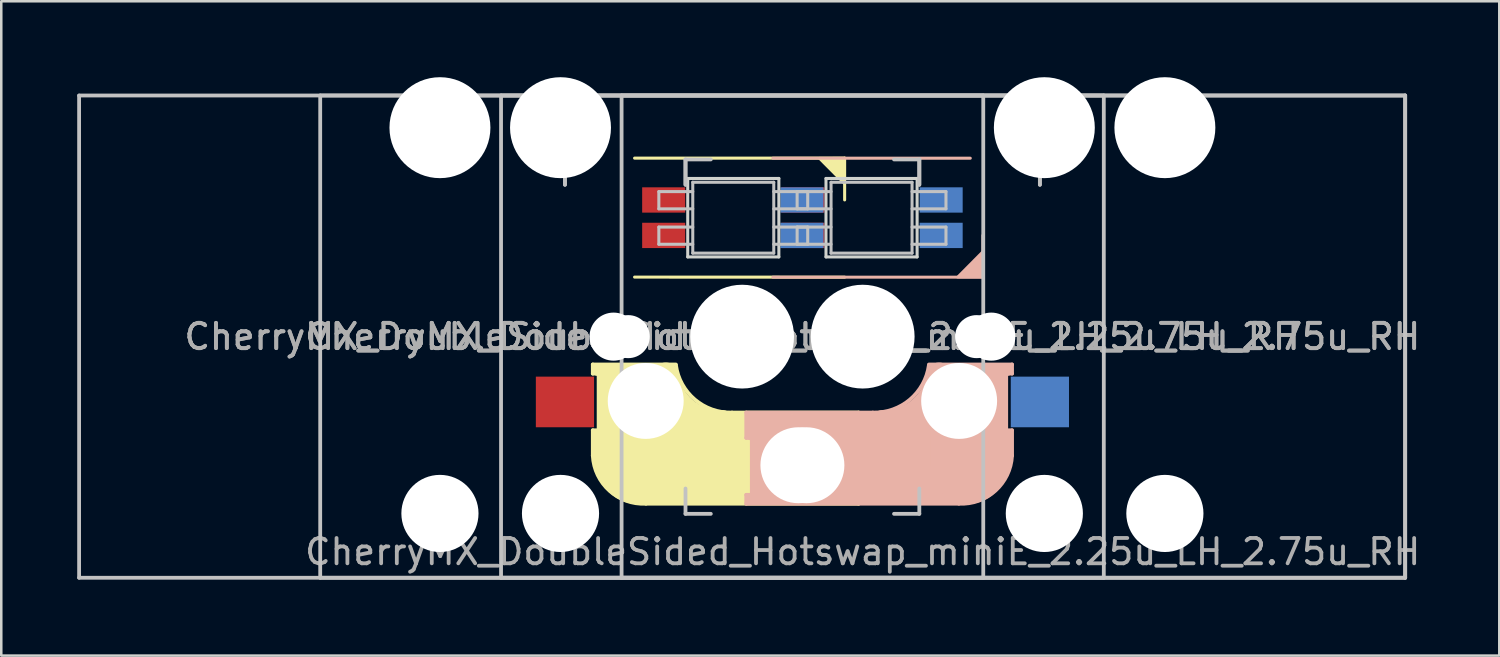
<source format=kicad_pcb>
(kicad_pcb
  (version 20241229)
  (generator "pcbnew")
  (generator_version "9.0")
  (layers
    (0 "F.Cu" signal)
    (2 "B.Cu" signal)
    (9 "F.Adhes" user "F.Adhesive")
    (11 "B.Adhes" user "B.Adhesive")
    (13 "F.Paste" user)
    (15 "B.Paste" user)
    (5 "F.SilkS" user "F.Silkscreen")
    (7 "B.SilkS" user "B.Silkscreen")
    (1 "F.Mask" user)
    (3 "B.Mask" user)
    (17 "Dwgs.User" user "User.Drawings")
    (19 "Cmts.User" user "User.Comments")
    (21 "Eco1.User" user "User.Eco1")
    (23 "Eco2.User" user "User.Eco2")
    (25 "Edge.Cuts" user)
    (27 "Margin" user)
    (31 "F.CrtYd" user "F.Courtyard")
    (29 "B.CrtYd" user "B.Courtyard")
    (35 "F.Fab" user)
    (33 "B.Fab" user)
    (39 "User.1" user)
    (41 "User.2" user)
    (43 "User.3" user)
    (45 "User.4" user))
  (footprint "CherryMX_DoubleSided_Hotswap_miniE_2.25u_LH_2.75u_RH"
    (layer "F.Cu")
    (at 31.031 10.249)
    (property "Reference" "CherryMX_DoubleSided_Hotswap_miniE_2.25u_LH_2.75u_RH" (at 0 8.5 0) (layer "F.Fab") (effects (font (size 1 1) (thickness 0.15))))
    (attr through_hole)
    (fp_line (start -10.662 1.1) (end -10.662 1.46) (stroke (width 0.15) (type solid)) (layer "F.SilkS"))
    (fp_line (start -10.662 1.1) (end -7.383 1.1) (stroke (width 0.15) (type solid)) (layer "F.SilkS"))
    (fp_line (start -10.662 3.7) (end -10.463 3.7) (stroke (width 0.15) (type solid)) (layer "F.SilkS"))
    (fp_line (start -10.662 4.7) (end -10.662 3.7) (stroke (width 0.15) (type solid)) (layer "F.SilkS"))
    (fp_line (start -10.562 3.8) (end -10.562 4.7) (stroke (width 0.3) (type solid)) (layer "F.SilkS"))
    (fp_line (start -10.463 1.3) (end -7.763 1.3) (stroke (width 0.5) (type solid)) (layer "F.SilkS"))
    (fp_line (start -10.463 1.46) (end -10.662 1.46) (stroke (width 0.15) (type solid)) (layer "F.SilkS"))
    (fp_line (start -10.432 3.7) (end -10.432 1.46) (stroke (width 0.15) (type solid)) (layer "F.SilkS"))
    (fp_line (start -10.062 1.6) (end -10.062 3.4) (stroke (width 0.8) (type solid)) (layer "F.SilkS"))
    (fp_line (start -9.012 -7.052) (end -0.713 -7.052) (stroke (width 0.12) (type solid)) (layer "F.SilkS"))
    (fp_line (start -8.932 5.1) (end -8.932 2.86) (stroke (width 3) (type solid)) (layer "F.SilkS"))
    (fp_line (start -5.162 3) (end -0.163 3) (stroke (width 0.15) (type solid)) (layer "F.SilkS"))
    (fp_line (start -2.163 4.8) (end -8.863 4.8) (stroke (width 3.5) (type solid)) (layer "F.SilkS"))
    (fp_line (start -0.863 6) (end -0.863 3.5) (stroke (width 1) (type solid)) (layer "F.SilkS"))
    (fp_line (start -0.713 -7.052) (end -0.713 -5.401) (stroke (width 0.12) (type solid)) (layer "F.SilkS"))
    (fp_line (start -0.713 -2.349) (end -9.012 -2.352) (stroke (width 0.12) (type solid)) (layer "F.SilkS"))
    (fp_line (start -0.463 3.3) (end -1.863 3.3) (stroke (width 0.5) (type solid)) (layer "F.SilkS"))
    (fp_line (start -0.383 4) (end -0.383 6.25) (stroke (width 0.15) (type solid)) (layer "F.SilkS"))
    (fp_line (start -0.362 3.9) (end -0.362 3.2) (stroke (width 0.4) (type solid)) (layer "F.SilkS"))
    (fp_line (start -0.362 6.25) (end -0.163 6.25) (stroke (width 0.15) (type solid)) (layer "F.SilkS"))
    (fp_line (start -0.362 6.4) (end -1.762 6.4) (stroke (width 0.4) (type solid)) (layer "F.SilkS"))
    (fp_line (start -0.163 3) (end -0.163 4) (stroke (width 0.15) (type solid)) (layer "F.SilkS"))
    (fp_line (start -0.163 4) (end -0.362 4) (stroke (width 0.15) (type solid)) (layer "F.SilkS"))
    (fp_line (start -0.163 6.25) (end -0.163 6.6) (stroke (width 0.15) (type solid)) (layer "F.SilkS"))
    (fp_line (start -0.163 6.6) (end -8.562 6.6) (stroke (width 0.15) (type solid)) (layer "F.SilkS"))
    (fp_arc (start -8.5625 6.600001) (mid -10.006004 6.084925) (end -10.662501 4.7) (stroke (width 0.15) (type solid)) (layer "F.SilkS"))
    (fp_arc (start -5.5625 3.4) (mid -7.031209 2.886118) (end -7.778818 1.521471) (stroke (width 1) (type solid)) (layer "F.SilkS"))
    (fp_arc (start -5.1625 3) (mid -6.631209 2.486118) (end -7.378818 1.121471) (stroke (width 0.15) (type solid)) (layer "F.SilkS"))
    (fp_poly (pts (xy -1.72 -7.049) (xy -0.713 -7.052) (xy -0.713 -6.036)) (stroke (width 0.1) (type solid)) (fill yes) (layer "F.SilkS"))
    (fp_line (start -9.062 3.3) (end -7.662 3.3) (stroke (width 0.5) (type solid)) (layer "B.SilkS"))
    (fp_line (start -4.6 3) (end -4.6 4) (stroke (width 0.15) (type solid)) (layer "B.SilkS"))
    (fp_line (start -4.6 4) (end -4.4 4) (stroke (width 0.15) (type solid)) (layer "B.SilkS"))
    (fp_line (start -4.6 6.25) (end -4.6 6.6) (stroke (width 0.15) (type solid)) (layer "B.SilkS"))
    (fp_line (start -4.6 6.6) (end 3.8 6.6) (stroke (width 0.15) (type solid)) (layer "B.SilkS"))
    (fp_line (start -4.4 3.9) (end -4.4 3.2) (stroke (width 0.4) (type solid)) (layer "B.SilkS"))
    (fp_line (start -4.4 6.25) (end -4.6 6.25) (stroke (width 0.15) (type solid)) (layer "B.SilkS"))
    (fp_line (start -4.4 6.4) (end -3 6.4) (stroke (width 0.4) (type solid)) (layer "B.SilkS"))
    (fp_line (start -4.38 4) (end -4.38 6.25) (stroke (width 0.15) (type solid)) (layer "B.SilkS"))
    (fp_line (start -4.3 3.3) (end -2.9 3.3) (stroke (width 0.5) (type solid)) (layer "B.SilkS"))
    (fp_line (start -3.9 6) (end -3.9 3.5) (stroke (width 1) (type solid)) (layer "B.SilkS"))
    (fp_line (start -3.55 -2.349) (end 4.75 -2.349) (stroke (width 0.12) (type solid)) (layer "B.SilkS"))
    (fp_line (start -2.6 4.8) (end 4.1 4.8) (stroke (width 3.5) (type solid)) (layer "B.SilkS"))
    (fp_line (start 0.4 3) (end -4.6 3) (stroke (width 0.15) (type solid)) (layer "B.SilkS"))
    (fp_line (start 4.17 5.1) (end 4.17 2.86) (stroke (width 3) (type solid)) (layer "B.SilkS"))
    (fp_line (start 4.25 -7.049) (end -3.55 -7.049) (stroke (width 0.12) (type solid)) (layer "B.SilkS"))
    (fp_line (start 4.75 -2.349) (end 4.75 -4) (stroke (width 0.12) (type solid)) (layer "B.SilkS"))
    (fp_line (start 5.3 1.6) (end 5.3 3.4) (stroke (width 0.8) (type solid)) (layer "B.SilkS"))
    (fp_line (start 5.67 3.7) (end 5.67 1.46) (stroke (width 0.15) (type solid)) (layer "B.SilkS"))
    (fp_line (start 5.7 1.3) (end 3 1.3) (stroke (width 0.5) (type solid)) (layer "B.SilkS"))
    (fp_line (start 5.7 1.46) (end 5.9 1.46) (stroke (width 0.15) (type solid)) (layer "B.SilkS"))
    (fp_line (start 5.8 3.8) (end 5.8 4.7) (stroke (width 0.3) (type solid)) (layer "B.SilkS"))
    (fp_line (start 5.9 1.1) (end 2.62 1.1) (stroke (width 0.15) (type solid)) (layer "B.SilkS"))
    (fp_line (start 5.9 1.1) (end 5.9 1.46) (stroke (width 0.15) (type solid)) (layer "B.SilkS"))
    (fp_line (start 5.9 3.7) (end 5.7 3.7) (stroke (width 0.15) (type solid)) (layer "B.SilkS"))
    (fp_line (start 5.9 4.7) (end 5.9 3.7) (stroke (width 0.15) (type solid)) (layer "B.SilkS"))
    (fp_arc (start 2.616318 1.121471) (mid 1.868709 2.486118) (end 0.4 3) (stroke (width 0.15) (type solid)) (layer "B.SilkS"))
    (fp_arc (start 3.016318 1.521471) (mid 2.268709 2.886118) (end 0.8 3.4) (stroke (width 1) (type solid)) (layer "B.SilkS"))
    (fp_arc (start 5.9 4.699999) (mid 5.243504 6.084924) (end 3.800001 6.6) (stroke (width 0.15) (type solid)) (layer "B.SilkS"))
    (fp_poly (pts (xy 4.75 -3.365) (xy 4.75 -2.349) (xy 3.742 -2.349)) (stroke (width 0.1) (type solid)) (fill yes) (layer "B.SilkS"))
    (fp_line (start -30.956 -9.525) (end 21.431 -9.525) (stroke (width 0.15) (type solid)) (layer "Dwgs.User"))
    (fp_line (start -30.956 9.525) (end -30.956 -9.525) (stroke (width 0.15) (type solid)) (layer "Dwgs.User"))
    (fp_line (start -21.431 -9.525) (end 21.431 -9.525) (stroke (width 0.15) (type solid)) (layer "Dwgs.User"))
    (fp_line (start -21.431 9.525) (end -21.431 -9.525) (stroke (width 0.15) (type solid)) (layer "Dwgs.User"))
    (fp_line (start -14.287 -9.525) (end 4.763 -9.525) (stroke (width 0.15) (type solid)) (layer "Dwgs.User"))
    (fp_line (start -14.287 9.525) (end -14.287 -9.525) (stroke (width 0.15) (type solid)) (layer "Dwgs.User"))
    (fp_line (start -11.762 -7) (end -11.762 -6) (stroke (width 0.15) (type solid)) (layer "Dwgs.User"))
    (fp_line (start -11.762 -7) (end -10.762 -7) (stroke (width 0.15) (type solid)) (layer "Dwgs.User"))
    (fp_line (start -11.762 -6) (end -11.762 -7) (stroke (width 0.15) (type solid)) (layer "Dwgs.User"))
    (fp_line (start -11.762 7) (end -11.762 6) (stroke (width 0.15) (type solid)) (layer "Dwgs.User"))
    (fp_line (start -11.762 7) (end -10.762 7) (stroke (width 0.15) (type solid)) (layer "Dwgs.User"))
    (fp_line (start -9.525 -9.525) (end 9.525 -9.525) (stroke (width 0.15) (type solid)) (layer "Dwgs.User"))
    (fp_line (start -9.525 9.525) (end -9.525 -9.525) (stroke (width 0.15) (type solid)) (layer "Dwgs.User"))
    (fp_line (start -8.053 -5.729) (end -8.053 -5.049) (stroke (width 0.12) (type solid)) (layer "Dwgs.User"))
    (fp_line (start -8.053 -5.049) (end -6.713 -5.049) (stroke (width 0.12) (type solid)) (layer "Dwgs.User"))
    (fp_line (start -8.053 -4.329) (end -8.053 -3.649) (stroke (width 0.12) (type solid)) (layer "Dwgs.User"))
    (fp_line (start -8.053 -3.649) (end -6.713 -3.649) (stroke (width 0.12) (type solid)) (layer "Dwgs.User"))
    (fp_line (start -7 -7) (end -7 -6) (stroke (width 0.15) (type solid)) (layer "Dwgs.User"))
    (fp_line (start -7 -7) (end -6 -7) (stroke (width 0.15) (type solid)) (layer "Dwgs.User"))
    (fp_line (start -7 -6) (end -7 -7) (stroke (width 0.15) (type solid)) (layer "Dwgs.User"))
    (fp_line (start -7 7) (end -7 6) (stroke (width 0.15) (type solid)) (layer "Dwgs.User"))
    (fp_line (start -7 7) (end -6 7) (stroke (width 0.15) (type solid)) (layer "Dwgs.User"))
    (fp_line (start -6.713 -5.729) (end -8.053 -5.729) (stroke (width 0.12) (type solid)) (layer "Dwgs.User"))
    (fp_line (start -6.713 -4.329) (end -8.053 -4.329) (stroke (width 0.12) (type solid)) (layer "Dwgs.User"))
    (fp_line (start -6.713 -3.299) (end -6.713 -6.099) (stroke (width 0.12) (type solid)) (layer "Dwgs.User"))
    (fp_line (start -3.513 -6.099) (end -6.713 -6.099) (stroke (width 0.12) (type solid)) (layer "Dwgs.User"))
    (fp_line (start -3.513 -5.049) (end -2.172 -5.049) (stroke (width 0.12) (type solid)) (layer "Dwgs.User"))
    (fp_line (start -3.513 -3.649) (end -2.172 -3.649) (stroke (width 0.12) (type solid)) (layer "Dwgs.User"))
    (fp_line (start -3.513 -3.299) (end -6.713 -3.299) (stroke (width 0.12) (type solid)) (layer "Dwgs.User"))
    (fp_line (start -3.513 -3.299) (end -3.513 -6.099) (stroke (width 0.12) (type solid)) (layer "Dwgs.User"))
    (fp_line (start -2.59 -5.729) (end -2.59 -5.049) (stroke (width 0.12) (type solid)) (layer "Dwgs.User"))
    (fp_line (start -2.59 -5.049) (end -1.25 -5.049) (stroke (width 0.12) (type solid)) (layer "Dwgs.User"))
    (fp_line (start -2.59 -4.329) (end -2.59 -3.649) (stroke (width 0.12) (type solid)) (layer "Dwgs.User"))
    (fp_line (start -2.59 -3.649) (end -1.25 -3.649) (stroke (width 0.12) (type solid)) (layer "Dwgs.User"))
    (fp_line (start -2.172 -5.729) (end -3.513 -5.729) (stroke (width 0.12) (type solid)) (layer "Dwgs.User"))
    (fp_line (start -2.172 -5.049) (end -2.172 -5.729) (stroke (width 0.12) (type solid)) (layer "Dwgs.User"))
    (fp_line (start -2.172 -4.329) (end -3.513 -4.329) (stroke (width 0.12) (type solid)) (layer "Dwgs.User"))
    (fp_line (start -2.172 -3.649) (end -2.172 -4.329) (stroke (width 0.12) (type solid)) (layer "Dwgs.User"))
    (fp_line (start -1.25 -5.729) (end -2.59 -5.729) (stroke (width 0.12) (type solid)) (layer "Dwgs.User"))
    (fp_line (start -1.25 -4.329) (end -2.59 -4.329) (stroke (width 0.12) (type solid)) (layer "Dwgs.User"))
    (fp_line (start -1.25 -3.299) (end -1.25 -6.099) (stroke (width 0.12) (type solid)) (layer "Dwgs.User"))
    (fp_line (start 1.95 -6.099) (end -1.25 -6.099) (stroke (width 0.12) (type solid)) (layer "Dwgs.User"))
    (fp_line (start 1.95 -5.049) (end 3.29 -5.049) (stroke (width 0.12) (type solid)) (layer "Dwgs.User"))
    (fp_line (start 1.95 -3.649) (end 3.29 -3.649) (stroke (width 0.12) (type solid)) (layer "Dwgs.User"))
    (fp_line (start 1.95 -3.299) (end -1.25 -3.299) (stroke (width 0.12) (type solid)) (layer "Dwgs.User"))
    (fp_line (start 1.95 -3.299) (end 1.95 -6.099) (stroke (width 0.12) (type solid)) (layer "Dwgs.User"))
    (fp_line (start 2.237 -7) (end 1.238 -7) (stroke (width 0.15) (type solid)) (layer "Dwgs.User"))
    (fp_line (start 2.237 -6) (end 2.237 -7) (stroke (width 0.15) (type solid)) (layer "Dwgs.User"))
    (fp_line (start 2.237 -6) (end 2.237 -7) (stroke (width 0.15) (type solid)) (layer "Dwgs.User"))
    (fp_line (start 2.237 6) (end 2.237 7) (stroke (width 0.15) (type solid)) (layer "Dwgs.User"))
    (fp_line (start 2.237 7) (end 1.238 7) (stroke (width 0.15) (type solid)) (layer "Dwgs.User"))
    (fp_line (start 3.29 -5.729) (end 1.95 -5.729) (stroke (width 0.12) (type solid)) (layer "Dwgs.User"))
    (fp_line (start 3.29 -5.049) (end 3.29 -5.729) (stroke (width 0.12) (type solid)) (layer "Dwgs.User"))
    (fp_line (start 3.29 -4.329) (end 1.95 -4.329) (stroke (width 0.12) (type solid)) (layer "Dwgs.User"))
    (fp_line (start 3.29 -3.649) (end 3.29 -4.329) (stroke (width 0.12) (type solid)) (layer "Dwgs.User"))
    (fp_line (start 4.763 -9.525) (end 4.763 9.525) (stroke (width 0.15) (type solid)) (layer "Dwgs.User"))
    (fp_line (start 4.763 9.525) (end -14.287 9.525) (stroke (width 0.15) (type solid)) (layer "Dwgs.User"))
    (fp_line (start 7 -7) (end 6 -7) (stroke (width 0.15) (type solid)) (layer "Dwgs.User"))
    (fp_line (start 7 -6) (end 7 -7) (stroke (width 0.15) (type solid)) (layer "Dwgs.User"))
    (fp_line (start 7 -6) (end 7 -7) (stroke (width 0.15) (type solid)) (layer "Dwgs.User"))
    (fp_line (start 7 6) (end 7 7) (stroke (width 0.15) (type solid)) (layer "Dwgs.User"))
    (fp_line (start 7 7) (end 6 7) (stroke (width 0.15) (type solid)) (layer "Dwgs.User"))
    (fp_line (start 9.525 -9.525) (end 9.525 9.525) (stroke (width 0.15) (type solid)) (layer "Dwgs.User"))
    (fp_line (start 9.525 9.525) (end -9.525 9.525) (stroke (width 0.15) (type solid)) (layer "Dwgs.User"))
    (fp_line (start 21.431 -9.525) (end 21.431 9.525) (stroke (width 0.15) (type solid)) (layer "Dwgs.User"))
    (fp_line (start 21.431 -9.525) (end 21.431 9.525) (stroke (width 0.15) (type solid)) (layer "Dwgs.User"))
    (fp_line (start 21.431 9.525) (end -30.956 9.525) (stroke (width 0.15) (type solid)) (layer "Dwgs.User"))
    (fp_line (start 21.431 9.525) (end -21.431 9.525) (stroke (width 0.15) (type solid)) (layer "Dwgs.User"))
    (fp_line (start -6.912 -6.249) (end -6.912 -3.149) (stroke (width 0.12) (type solid)) (layer "Edge.Cuts"))
    (fp_line (start -6.912 -3.149) (end -3.312 -3.149) (stroke (width 0.12) (type solid)) (layer "Edge.Cuts"))
    (fp_line (start -3.312 -6.249) (end -6.912 -6.249) (stroke (width 0.12) (type solid)) (layer "Edge.Cuts"))
    (fp_line (start -3.312 -3.149) (end -3.312 -6.249) (stroke (width 0.12) (type solid)) (layer "Edge.Cuts"))
    (fp_line (start -1.45 -6.249) (end -1.45 -3.149) (stroke (width 0.12) (type solid)) (layer "Edge.Cuts"))
    (fp_line (start -1.45 -3.149) (end 2.15 -3.149) (stroke (width 0.12) (type solid)) (layer "Edge.Cuts"))
    (fp_line (start 2.15 -6.249) (end -1.45 -6.249) (stroke (width 0.12) (type solid)) (layer "Edge.Cuts"))
    (fp_line (start 2.15 -3.149) (end 2.15 -6.249) (stroke (width 0.12) (type solid)) (layer "Edge.Cuts"))
    (fp_text user "${REFERENCE}" (at 0 0 180) (layer "F.Fab") (effects (font (size 1 1) (thickness 0.15))))
    (fp_text user "${REFERENCE}" (at -4.763 0 180) (layer "F.Fab") (effects (font (size 1 1) (thickness 0.15))))
    (fp_text user "${REFERENCE}" (at -4.763 0 180) (layer "F.Fab") (effects (font (size 1 1) (thickness 0.15))))
    (fp_text user "${REFERENCE}" (at 0 0 180) (layer "F.Fab") (effects (font (size 1 1) (thickness 0.15))))
    (pad "" np_thru_hole circle (at -16.701 -8.255) (size 3.988 3.988) (drill 3.988) (layers "*.Cu" "*.Mask"))
    (pad "" np_thru_hole circle (at -16.701 6.985) (size 3.048 3.048) (drill 3.048) (layers "*.Cu" "*.Mask"))
    (pad "" np_thru_hole circle (at -11.938 -8.255) (size 3.988 3.988) (drill 3.988) (layers "*.Cu" "*.Mask"))
    (pad "" np_thru_hole circle (at -11.938 6.985) (size 3.048 3.048) (drill 3.048) (layers "*.Cu" "*.Mask"))
    (pad "" np_thru_hole circle (at -9.842 0 180) (size 1.9 1.9) (drill 1.9) (layers "*.Cu" "*.Mask"))
    (pad "" np_thru_hole circle (at -9.262 0 180) (size 1.7 1.7) (drill 1.7) (layers "*.Cu" "*.Mask"))
    (pad "" np_thru_hole circle (at -8.572 2.54) (size 3 3) (drill 3) (layers "*.Cu" "*.Mask"))
    (pad "" np_thru_hole circle (at -5.08 0 180) (size 1.9 1.9) (drill 1.9) (layers "*.Cu" "*.Mask"))
    (pad "" np_thru_hole circle (at -4.763 0 270) (size 4.1 4.1) (drill 4.1) (layers "*.Cu" "*.Mask"))
    (pad "" np_thru_hole circle (at -4.5 0 180) (size 1.7 1.7) (drill 1.7) (layers "*.Cu" "*.Mask"))
    (pad "" np_thru_hole circle (at -2.54 5.08) (size 3 3) (drill 3) (layers "*.Cu" "*.Mask"))
    (pad "" np_thru_hole circle (at -2.223 5.08) (size 3 3) (drill 3) (layers "*.Cu" "*.Mask"))
    (pad "" np_thru_hole circle (at -0.263 0 180) (size 1.7 1.7) (drill 1.7) (layers "*.Cu" "*.Mask"))
    (pad "" np_thru_hole circle (at 0 0 270) (size 4.1 4.1) (drill 4.1) (layers "*.Cu" "*.Mask"))
    (pad "" np_thru_hole circle (at 0.318 0 180) (size 1.9 1.9) (drill 1.9) (layers "*.Cu" "*.Mask"))
    (pad "" np_thru_hole circle (at 3.81 2.54) (size 3 3) (drill 3) (layers "*.Cu" "*.Mask"))
    (pad "" np_thru_hole circle (at 4.5 0 180) (size 1.7 1.7) (drill 1.7) (layers "*.Cu" "*.Mask"))
    (pad "" np_thru_hole circle (at 5.08 0 180) (size 1.9 1.9) (drill 1.9) (layers "*.Cu" "*.Mask"))
    (pad "" np_thru_hole circle (at 7.176 -8.255) (size 3.988 3.988) (drill 3.988) (layers "*.Cu" "*.Mask"))
    (pad "" np_thru_hole circle (at 7.176 6.985) (size 3.048 3.048) (drill 3.048) (layers "*.Cu" "*.Mask"))
    (pad "" np_thru_hole circle (at 11.938 -8.255) (size 3.988 3.988) (drill 3.988) (layers "*.Cu" "*.Mask"))
    (pad "" np_thru_hole circle (at 11.938 6.985) (size 3.048 3.048) (drill 3.048) (layers "*.Cu" "*.Mask"))
    (pad "1" smd rect (at -7.862 -3.999 180) (size 1.7 1) (layers "F.Cu" "F.Mask" "F.Paste"))
    (pad "1" smd rect (at -2.4 -5.399 180) (size 1.7 1) (layers "B.Cu" "B.Mask" "B.Paste"))
    (pad "2" smd rect (at -7.862 -5.399 180) (size 1.7 1) (layers "F.Cu" "F.Mask" "F.Paste"))
    (pad "2" smd rect (at -2.4 -3.999 180) (size 1.7 1) (layers "B.Cu" "B.Mask" "B.Paste"))
    (pad "3" smd rect (at -2.362 -5.399 180) (size 1.7 1) (layers "F.Cu" "F.Mask" "F.Paste"))
    (pad "3" smd rect (at 3.1 -3.999 180) (size 1.7 1) (layers "B.Cu" "B.Mask" "B.Paste"))
    (pad "4" smd rect (at -2.362 -3.999 180) (size 1.7 1) (layers "F.Cu" "F.Mask" "F.Paste"))
    (pad "4" smd rect (at 3.1 -5.399 180) (size 1.7 1) (layers "B.Cu" "B.Mask" "B.Paste"))
    (pad "5" smd rect (at -5.7 5.12) (size 2.3 2) (layers "B.Cu" "B.Mask" "B.Paste"))
    (pad "5" smd rect (at 0.938 5.12) (size 2.3 2) (layers "F.Cu" "F.Mask" "F.Paste"))
    (pad "6" smd rect (at -11.762 2.58) (size 2.3 2) (layers "F.Cu" "F.Mask" "F.Paste"))
    (pad "6" smd rect (at 7 2.58) (size 2.3 2) (layers "B.Cu" "B.Mask" "B.Paste")))
  (gr_rect
    (start -3 -3)
    (end 56.18 22.849)
    (stroke (width 0.1) (type default))
    (fill no)
    (layer "Edge.Cuts")))
</source>
